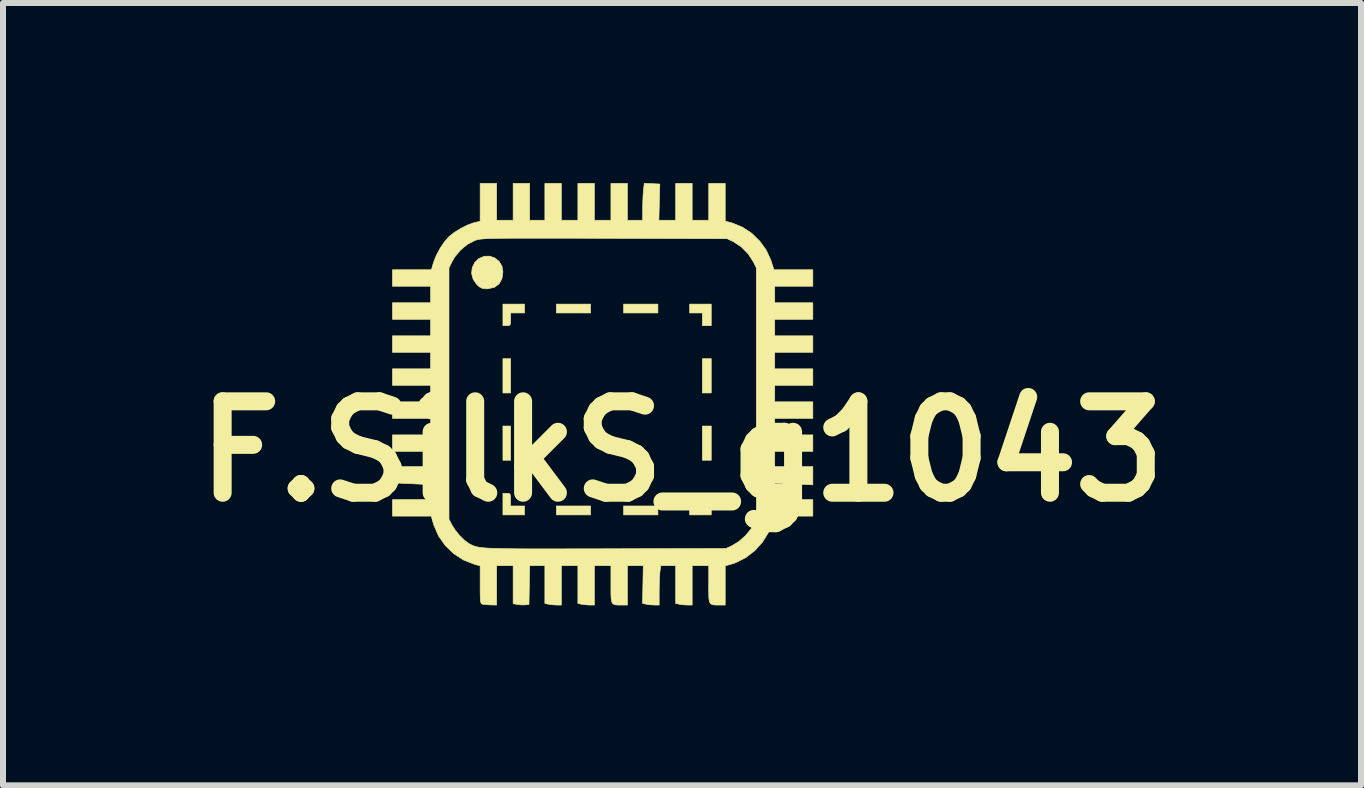
<source format=kicad_pcb>
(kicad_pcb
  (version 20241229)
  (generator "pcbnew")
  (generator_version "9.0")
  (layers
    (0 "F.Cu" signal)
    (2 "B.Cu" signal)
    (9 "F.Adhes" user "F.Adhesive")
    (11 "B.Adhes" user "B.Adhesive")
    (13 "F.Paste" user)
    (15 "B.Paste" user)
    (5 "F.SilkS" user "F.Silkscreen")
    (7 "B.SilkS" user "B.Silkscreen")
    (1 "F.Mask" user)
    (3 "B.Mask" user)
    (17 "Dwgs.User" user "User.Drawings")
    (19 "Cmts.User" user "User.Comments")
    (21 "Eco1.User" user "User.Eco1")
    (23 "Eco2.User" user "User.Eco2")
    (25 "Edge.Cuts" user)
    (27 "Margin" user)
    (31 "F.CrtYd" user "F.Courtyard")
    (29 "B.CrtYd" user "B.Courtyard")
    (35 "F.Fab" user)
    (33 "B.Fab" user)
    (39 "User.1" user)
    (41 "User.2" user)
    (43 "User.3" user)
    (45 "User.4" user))
  (footprint "F.SilkS_g1043"
    (layer "F.Cu")
    (at 8.317 4.473)
    (property "Reference" "F.SilkS_g1043" (at 0 0 0) (layer "F.SilkS") (effects (font (size 1.524 1.524) (thickness 0.3))))
    (attr through_hole)
    (fp_poly (pts (xy -2.857 -0.974) (xy -2.985 -0.974) (xy -2.985 -1.545) (xy -2.857 -1.545) (xy -2.857 -0.974)) (stroke (width 0.01) (type solid)) (fill yes) (layer "F.SilkS"))
    (fp_poly (pts (xy -2.857 0.148) (xy -2.985 0.148) (xy -2.985 -0.423) (xy -2.857 -0.423) (xy -2.857 0.148)) (stroke (width 0.01) (type solid)) (fill yes) (layer "F.SilkS"))
    (fp_poly (pts (xy -1.524 -2.307) (xy -2.095 -2.307) (xy -2.095 -2.455) (xy -1.524 -2.455) (xy -1.524 -2.307)) (stroke (width 0.01) (type solid)) (fill yes) (layer "F.SilkS"))
    (fp_poly (pts (xy -1.524 1.058) (xy -2.095 1.058) (xy -2.095 0.91) (xy -1.524 0.91) (xy -1.524 1.058)) (stroke (width 0.01) (type solid)) (fill yes) (layer "F.SilkS"))
    (fp_poly (pts (xy -0.402 -2.307) (xy -0.974 -2.307) (xy -0.974 -2.455) (xy -0.402 -2.455) (xy -0.402 -2.307)) (stroke (width 0.01) (type solid)) (fill yes) (layer "F.SilkS"))
    (fp_poly (pts (xy -0.402 1.058) (xy -0.974 1.058) (xy -0.974 0.91) (xy -0.402 0.91) (xy -0.402 1.058)) (stroke (width 0.01) (type solid)) (fill yes) (layer "F.SilkS"))
    (fp_poly (pts (xy 0.487 -0.974) (xy 0.339 -0.974) (xy 0.339 -1.545) (xy 0.487 -1.545) (xy 0.487 -0.974)) (stroke (width 0.01) (type solid)) (fill yes) (layer "F.SilkS"))
    (fp_poly (pts (xy 0.487 0.148) (xy 0.339 0.148) (xy 0.339 -0.423) (xy 0.487 -0.423) (xy 0.487 0.148)) (stroke (width 0.01) (type solid)) (fill yes) (layer "F.SilkS"))
    (fp_poly (pts (xy 0.487 -2.095) (xy 0.339 -2.095) (xy 0.339 -2.307) (xy 0.127 -2.307) (xy 0.127 -2.455) (xy 0.487 -2.455) (xy 0.487 -2.095)) (stroke (width 0.01) (type solid)) (fill yes) (layer "F.SilkS"))
    (fp_poly (pts (xy 0.487 1.058) (xy 0.127 1.058) (xy 0.127 0.91) (xy 0.339 0.91) (xy 0.339 0.699) (xy 0.487 0.699) (xy 0.487 1.058)) (stroke (width 0.01) (type solid)) (fill yes) (layer "F.SilkS"))
    (fp_poly (pts (xy -2.883 0.701) (xy -2.865 0.715) (xy -2.858 0.752) (xy -2.857 0.804) (xy -2.857 0.91) (xy -2.625 0.91) (xy -2.625 1.058) (xy -2.985 1.058) (xy -2.985 0.699) (xy -2.921 0.699) (xy -2.883 0.701)) (stroke (width 0.01) (type solid)) (fill yes) (layer "F.SilkS"))
    (fp_poly (pts (xy -2.625 -2.307) (xy -2.857 -2.307) (xy -2.857 -2.201) (xy -2.859 -2.139) (xy -2.867 -2.107) (xy -2.89 -2.097) (xy -2.921 -2.095) (xy -2.985 -2.095) (xy -2.985 -2.455) (xy -2.625 -2.455) (xy -2.625 -2.307)) (stroke (width 0.01) (type solid)) (fill yes) (layer "F.SilkS"))
    (fp_poly (pts (xy -3.12 -3.224) (xy -3.049 -3.167) (xy -3.001 -3.087) (xy -2.985 -2.994) (xy -3.001 -2.88) (xy -3.048 -2.793) (xy -3.124 -2.736) (xy -3.229 -2.711) (xy -3.261 -2.709) (xy -3.326 -2.716) (xy -3.379 -2.743) (xy -3.419 -2.78) (xy -3.481 -2.868) (xy -3.507 -2.965) (xy -3.497 -3.062) (xy -3.453 -3.151) (xy -3.386 -3.214) (xy -3.297 -3.252) (xy -3.205 -3.254) (xy -3.12 -3.224)) (stroke (width 0.01) (type solid)) (fill yes) (layer "F.SilkS"))
    (fp_poly (pts (xy -0.5 -4.462) (xy -0.37 -4.456) (xy -0.378 -4.154) (xy -0.386 -3.852) (xy -0.106 -3.852) (xy -0.106 -4.466) (xy 0.169 -4.466) (xy 0.169 -3.852) (xy 0.445 -3.852) (xy 0.445 -4.466) (xy 0.72 -4.466) (xy 0.72 -3.838) (xy 0.844 -3.804) (xy 1.007 -3.737) (xy 1.16 -3.636) (xy 1.294 -3.506) (xy 1.403 -3.355) (xy 1.48 -3.189) (xy 1.484 -3.176) (xy 1.532 -3.027) (xy 1.856 -3.027) (xy 2.18 -3.027) (xy 2.18 -2.752) (xy 1.545 -2.752) (xy 1.545 -2.477) (xy 2.18 -2.477) (xy 2.18 -2.201) (xy 1.545 -2.201) (xy 1.545 -1.926) (xy 2.18 -1.926) (xy 2.18 -1.651) (xy 1.545 -1.651) (xy 1.545 -1.376) (xy 2.18 -1.376) (xy 2.18 -1.101) (xy 1.545 -1.101) (xy 1.545 -0.826) (xy 2.18 -0.826) (xy 2.18 -0.55) (xy 1.545 -0.55) (xy 1.545 -0.275) (xy 2.18 -0.275) (xy 2.18 0) (xy 1.545 0) (xy 1.545 0.254) (xy 2.18 0.254) (xy 2.18 0.557) (xy 1.863 0.543) (xy 1.545 0.529) (xy 1.545 0.804) (xy 2.18 0.804) (xy 2.18 1.079) (xy 1.529 1.079) (xy 1.504 1.18) (xy 1.439 1.354) (xy 1.339 1.515) (xy 1.21 1.657) (xy 1.058 1.773) (xy 0.89 1.857) (xy 0.81 1.883) (xy 0.72 1.907) (xy 0.72 2.561) (xy 0.63 2.561) (xy 0.561 2.561) (xy 0.511 2.556) (xy 0.478 2.541) (xy 0.458 2.51) (xy 0.448 2.456) (xy 0.445 2.374) (xy 0.444 2.257) (xy 0.445 2.22) (xy 0.445 1.905) (xy 0.169 1.905) (xy 0.169 2.561) (xy 0.098 2.561) (xy 0.024 2.557) (xy -0.04 2.548) (xy -0.106 2.535) (xy -0.106 1.905) (xy -0.354 1.905) (xy -0.368 2.003) (xy -0.373 2.066) (xy -0.378 2.158) (xy -0.38 2.263) (xy -0.381 2.331) (xy -0.381 2.561) (xy -0.452 2.561) (xy -0.527 2.557) (xy -0.591 2.548) (xy -0.658 2.534) (xy -0.646 1.905) (xy -0.778 1.905) (xy -0.91 1.905) (xy -0.91 2.561) (xy -1 2.561) (xy -1.069 2.561) (xy -1.119 2.556) (xy -1.152 2.541) (xy -1.171 2.51) (xy -1.181 2.456) (xy -1.185 2.374) (xy -1.185 2.257) (xy -1.185 2.22) (xy -1.185 1.905) (xy -1.46 1.905) (xy -1.46 2.561) (xy -1.532 2.561) (xy -1.606 2.557) (xy -1.67 2.548) (xy -1.736 2.535) (xy -1.736 1.905) (xy -2.011 1.905) (xy -2.011 2.561) (xy -2.082 2.561) (xy -2.156 2.557) (xy -2.22 2.548) (xy -2.286 2.535) (xy -2.286 1.905) (xy -2.539 1.905) (xy -2.545 2.228) (xy -2.551 2.551) (xy -2.612 2.558) (xy -2.679 2.559) (xy -2.744 2.551) (xy -2.815 2.538) (xy -2.815 1.905) (xy -3.09 1.905) (xy -3.09 2.561) (xy -3.191 2.559) (xy -3.259 2.555) (xy -3.314 2.549) (xy -3.328 2.547) (xy -3.343 2.539) (xy -3.353 2.521) (xy -3.36 2.485) (xy -3.363 2.426) (xy -3.365 2.338) (xy -3.365 2.222) (xy -3.365 1.907) (xy -3.455 1.883) (xy -3.639 1.812) (xy -3.804 1.706) (xy -3.946 1.569) (xy -4.059 1.408) (xy -4.138 1.225) (xy -4.152 1.177) (xy -4.179 1.079) (xy -4.826 1.079) (xy -4.826 0.804) (xy -4.191 0.804) (xy -4.191 0.554) (xy -4.508 0.539) (xy -4.826 0.524) (xy -4.826 0.254) (xy -4.191 0.254) (xy -4.191 0) (xy -4.826 0) (xy -4.826 -0.275) (xy -4.191 -0.275) (xy -4.191 -0.55) (xy -4.826 -0.55) (xy -4.826 -0.826) (xy -4.191 -0.826) (xy -4.191 -1.101) (xy -4.826 -1.101) (xy -4.826 -1.376) (xy -4.191 -1.376) (xy -4.191 -1.651) (xy -4.826 -1.651) (xy -4.826 -1.926) (xy -4.191 -1.926) (xy -4.191 -2.201) (xy -4.826 -2.201) (xy -4.826 -2.477) (xy -4.191 -2.477) (xy -4.191 -2.752) (xy -4.826 -2.752) (xy -4.826 -3.027) (xy -4.178 -3.027) (xy -4.168 -3.059) (xy -3.884 -3.059) (xy -3.884 1.132) (xy -3.834 1.228) (xy -3.778 1.316) (xy -3.704 1.405) (xy -3.624 1.483) (xy -3.55 1.537) (xy -3.545 1.54) (xy -3.518 1.554) (xy -3.492 1.567) (xy -3.464 1.578) (xy -3.431 1.588) (xy -3.392 1.596) (xy -3.344 1.603) (xy -3.283 1.609) (xy -3.207 1.614) (xy -3.114 1.617) (xy -3.001 1.62) (xy -2.864 1.622) (xy -2.703 1.624) (xy -2.513 1.625) (xy -2.293 1.625) (xy -2.039 1.625) (xy -1.749 1.624) (xy -1.42 1.624) (xy -1.291 1.623) (xy 0.73 1.619) (xy 0.829 1.574) (xy 0.948 1.501) (xy 1.06 1.402) (xy 1.152 1.289) (xy 1.182 1.239) (xy 1.238 1.132) (xy 1.238 -3.059) (xy 1.186 -3.164) (xy 1.101 -3.294) (xy 0.987 -3.409) (xy 0.857 -3.494) (xy 0.751 -3.545) (xy -1.295 -3.551) (xy -1.635 -3.552) (xy -1.935 -3.553) (xy -2.198 -3.553) (xy -2.426 -3.553) (xy -2.623 -3.553) (xy -2.791 -3.553) (xy -2.932 -3.552) (xy -3.049 -3.551) (xy -3.145 -3.549) (xy -3.222 -3.547) (xy -3.283 -3.544) (xy -3.331 -3.54) (xy -3.368 -3.536) (xy -3.397 -3.531) (xy -3.421 -3.526) (xy -3.441 -3.519) (xy -3.459 -3.512) (xy -3.579 -3.449) (xy -3.693 -3.354) (xy -3.788 -3.24) (xy -3.832 -3.164) (xy -3.884 -3.059) (xy -4.168 -3.059) (xy -4.14 -3.154) (xy -4.095 -3.268) (xy -4.03 -3.388) (xy -3.955 -3.499) (xy -3.882 -3.581) (xy -3.796 -3.649) (xy -3.689 -3.715) (xy -3.579 -3.771) (xy -3.481 -3.807) (xy -3.47 -3.81) (xy -3.365 -3.835) (xy -3.365 -4.466) (xy -3.09 -4.466) (xy -3.09 -3.852) (xy -2.815 -3.852) (xy -2.815 -4.466) (xy -2.54 -4.466) (xy -2.54 -3.852) (xy -2.286 -3.852) (xy -2.286 -4.466) (xy -2.011 -4.466) (xy -2.011 -3.852) (xy -1.736 -3.852) (xy -1.736 -4.466) (xy -1.46 -4.466) (xy -1.46 -3.852) (xy -1.185 -3.852) (xy -1.185 -4.466) (xy -0.91 -4.466) (xy -0.91 -3.852) (xy -0.656 -3.852) (xy -0.656 -4.048) (xy -0.654 -4.151) (xy -0.65 -4.254) (xy -0.644 -4.337) (xy -0.642 -4.356) (xy -0.629 -4.468) (xy -0.5 -4.462)) (stroke (width 0.01) (type solid)) (fill yes) (layer "F.SilkS")))
  (gr_rect
    (start -3 -3)
    (end 19.633 10.039)
    (stroke (width 0.1) (type default))
    (fill no)
    (layer "Edge.Cuts")))
</source>
